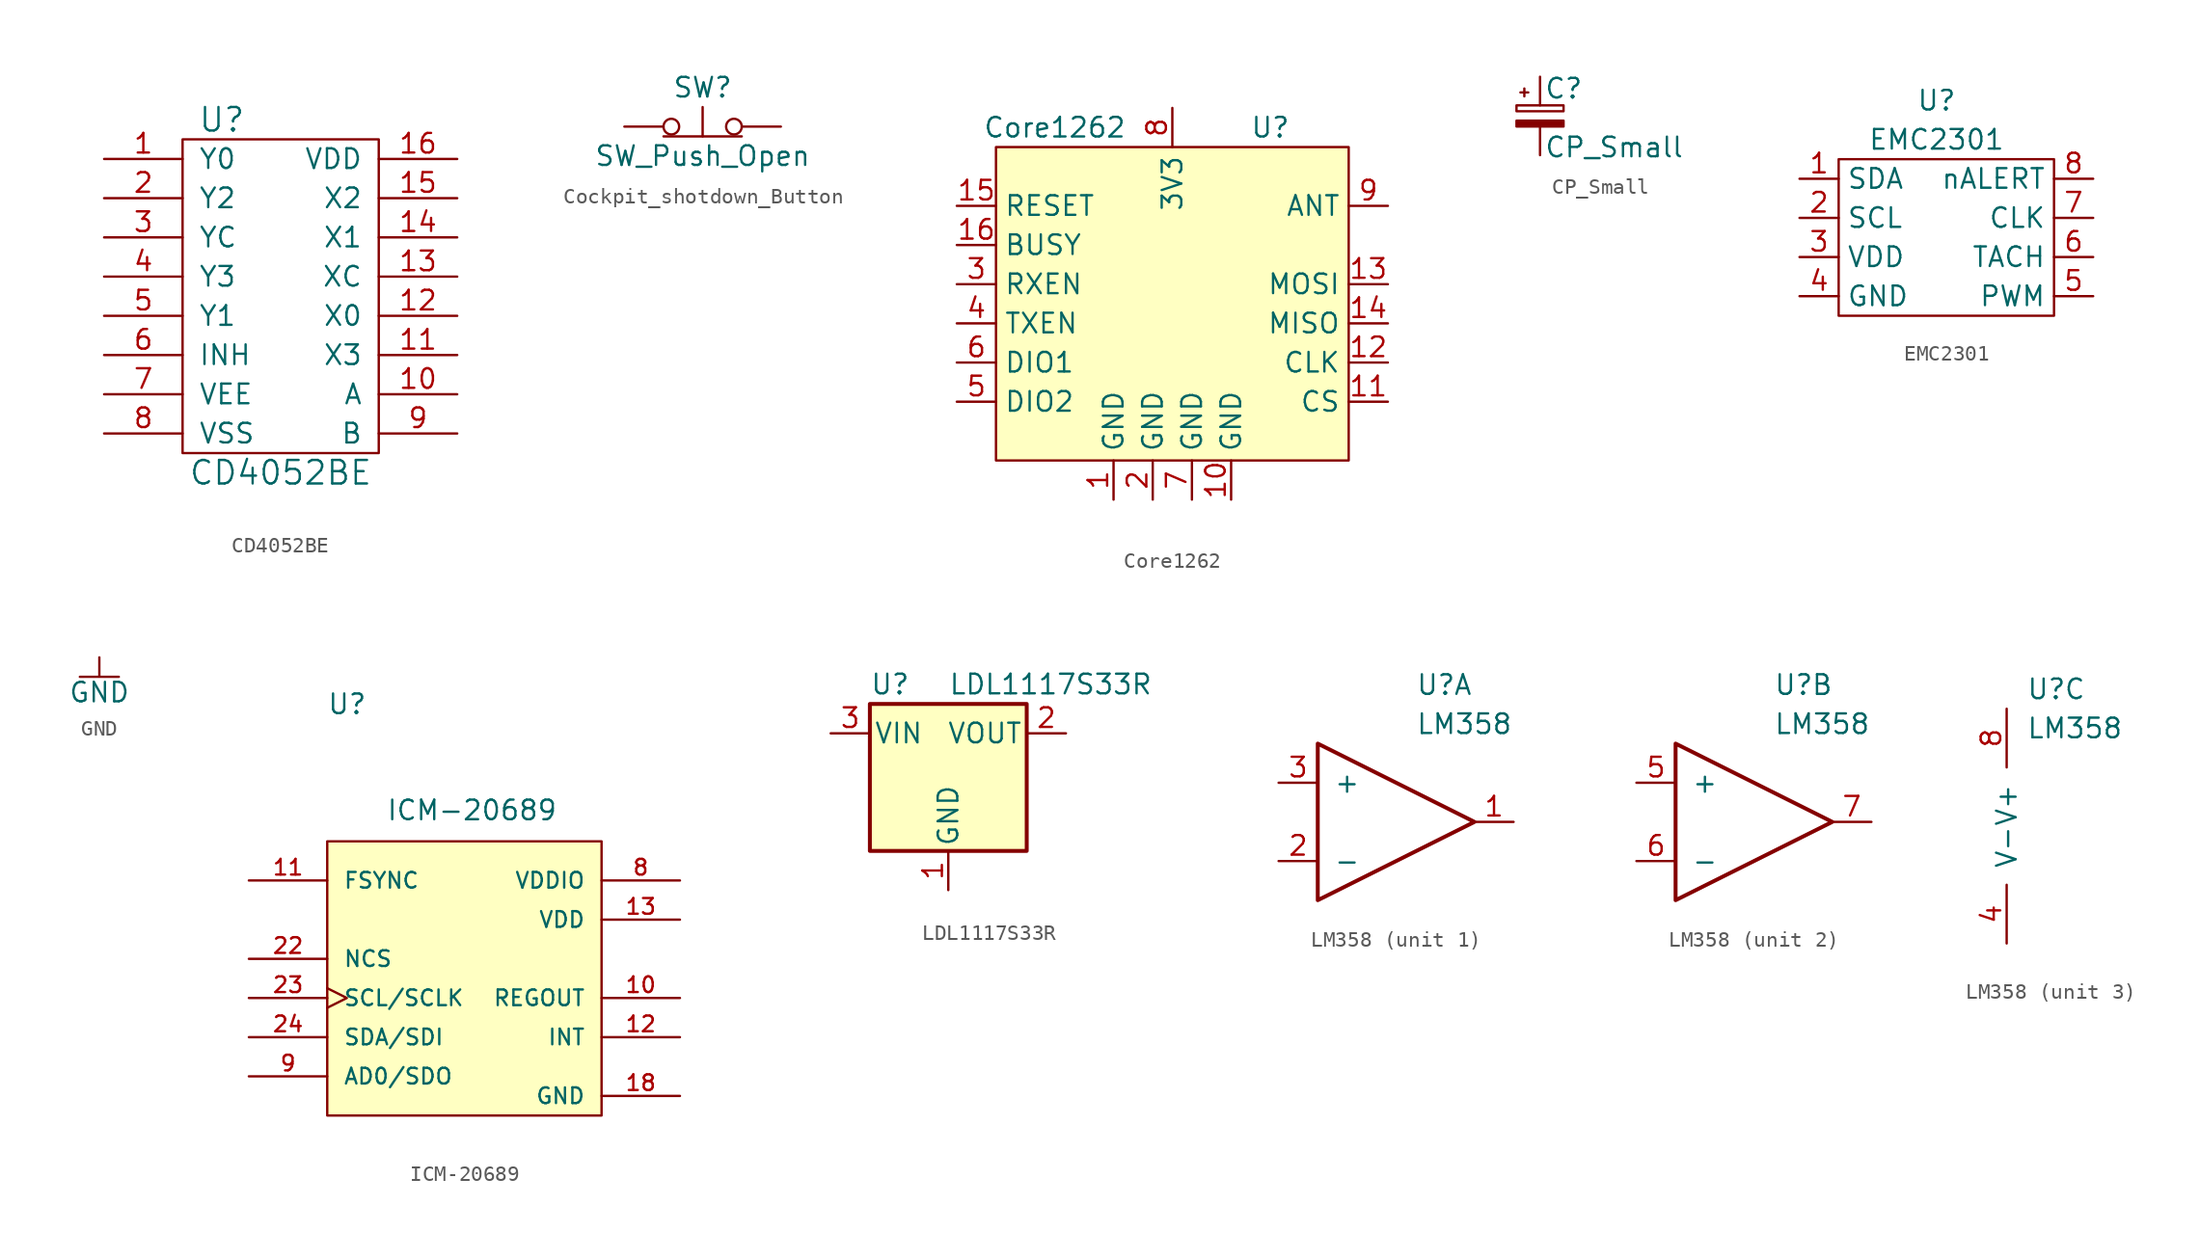
<source format=kicad_sym>
(kicad_symbol_lib
  (version 20231120)
  (generator "kicad_symbol_editor")
  (generator_version "8.0")
  (symbol "CD4052BE"
    (pin_names
      (offset 1.016))
    (property "Reference" "U"
      (at -3.81 11.43 0)
      (effects (font (size 1.524 1.524))))
    (property "Value" "CD4052BE"
      (at 0 -11.43 0)
      (effects (font (size 1.524 1.524))))
    (symbol "CD4052BE_0_1"
      (rectangle (start -6.35 -10.16) (end 6.35 10.16) (stroke (width 0) (type default)) (fill (type none))))
    (symbol "CD4052BE_1_1"
      (pin bidirectional line (at -11.43 8.89 0) (length 5.08) (name "Y0" (effects (font (size 1.27 1.27)))) (number "1" (effects (font (size 1.27 1.27)))))
      (pin input line (at 11.43 -6.35 180) (length 5.08) (name "A" (effects (font (size 1.27 1.27)))) (number "10" (effects (font (size 1.27 1.27)))))
      (pin bidirectional line (at 11.43 -3.81 180) (length 5.08) (name "X3" (effects (font (size 1.27 1.27)))) (number "11" (effects (font (size 1.27 1.27)))))
      (pin bidirectional line (at 11.43 -1.27 180) (length 5.08) (name "X0" (effects (font (size 1.27 1.27)))) (number "12" (effects (font (size 1.27 1.27)))))
      (pin bidirectional line (at 11.43 1.27 180) (length 5.08) (name "XC" (effects (font (size 1.27 1.27)))) (number "13" (effects (font (size 1.27 1.27)))))
      (pin bidirectional line (at 11.43 3.81 180) (length 5.08) (name "X1" (effects (font (size 1.27 1.27)))) (number "14" (effects (font (size 1.27 1.27)))))
      (pin bidirectional line (at 11.43 6.35 180) (length 5.08) (name "X2" (effects (font (size 1.27 1.27)))) (number "15" (effects (font (size 1.27 1.27)))))
      (pin power_in line (at 11.43 8.89 180) (length 5.08) (name "VDD" (effects (font (size 1.27 1.27)))) (number "16" (effects (font (size 1.27 1.27)))))
      (pin bidirectional line (at -11.43 6.35 0) (length 5.08) (name "Y2" (effects (font (size 1.27 1.27)))) (number "2" (effects (font (size 1.27 1.27)))))
      (pin bidirectional line (at -11.43 3.81 0) (length 5.08) (name "YC" (effects (font (size 1.27 1.27)))) (number "3" (effects (font (size 1.27 1.27)))))
      (pin bidirectional line (at -11.43 1.27 0) (length 5.08) (name "Y3" (effects (font (size 1.27 1.27)))) (number "4" (effects (font (size 1.27 1.27)))))
      (pin bidirectional line (at -11.43 -1.27 0) (length 5.08) (name "Y1" (effects (font (size 1.27 1.27)))) (number "5" (effects (font (size 1.27 1.27)))))
      (pin input line (at -11.43 -3.81 0) (length 5.08) (name "INH" (effects (font (size 1.27 1.27)))) (number "6" (effects (font (size 1.27 1.27)))))
      (pin power_in line (at -11.43 -6.35 0) (length 5.08) (name "VEE" (effects (font (size 1.27 1.27)))) (number "7" (effects (font (size 1.27 1.27)))))
      (pin power_in line (at -11.43 -8.89 0) (length 5.08) (name "VSS" (effects (font (size 1.27 1.27)))) (number "8" (effects (font (size 1.27 1.27)))))
      (pin input line (at 11.43 -8.89 180) (length 5.08) (name "B" (effects (font (size 1.27 1.27)))) (number "9" (effects (font (size 1.27 1.27)))))))
  (symbol "Cockpit_shotdown_Button"
    (pin_numbers hide)
    (pin_names
      (offset 1.016) hide)
    (property "Reference" "SW"
      (at 0 2.54 0)
      (effects (font (size 1.27 1.27))))
    (property "Value" "SW_Push_Open"
      (at 0 -1.905 0)
      (effects (font (size 1.27 1.27))))
    (symbol "Cockpit_shotdown_Button_0_1"
      (circle (center -2.032 0) (radius 0.508) (stroke (width 0) (type default)) (fill (type none)))
      (polyline (pts (xy -2.54 -0.635) (xy 2.54 -0.635)) (stroke (width 0) (type default)) (fill (type none)))
      (polyline (pts (xy 0 -0.635) (xy 0 1.27)) (stroke (width 0) (type default)) (fill (type none)))
      (circle (center 2.032 0) (radius 0.508) (stroke (width 0) (type default)) (fill (type none)))
      (pin passive line (at -5.08 0 0) (length 2.54) (name "A" (effects (font (size 1.27 1.27)))) (number "1" (effects (font (size 1.27 1.27))))))
    (symbol "Cockpit_shotdown_Button_1_1"
      (pin passive line (at 5.08 0 180) (length 2.54) (name "B" (effects (font (size 1.27 1.27)))) (number "2" (effects (font (size 1.27 1.27)))))))
  (symbol "Core1262"
    (property "Reference" "U"
      (at 6.35 11.43 0)
      (effects (font (size 1.27 1.27))))
    (property "Value" "Core1262"
      (at -7.62 11.43 0)
      (effects (font (size 1.27 1.27))))
    (symbol "Core1262_1_1"
      (rectangle (start -11.43 10.16) (end 11.43 -10.16) (stroke (width 0) (type default)) (fill (type background)))
      (pin input line (at -3.81 -12.7 90) (length 2.54) (name "GND" (effects (font (size 1.27 1.27)))) (number "1" (effects (font (size 1.27 1.27)))))
      (pin input line (at 3.81 -12.7 90) (length 2.54) (name "GND" (effects (font (size 1.27 1.27)))) (number "10" (effects (font (size 1.27 1.27)))))
      (pin input line (at 13.97 -6.35 180) (length 2.54) (name "CS" (effects (font (size 1.27 1.27)))) (number "11" (effects (font (size 1.27 1.27)))))
      (pin input line (at 13.97 -3.81 180) (length 2.54) (name "CLK" (effects (font (size 1.27 1.27)))) (number "12" (effects (font (size 1.27 1.27)))))
      (pin input line (at 13.97 1.27 180) (length 2.54) (name "MOSI" (effects (font (size 1.27 1.27)))) (number "13" (effects (font (size 1.27 1.27)))))
      (pin input line (at 13.97 -1.27 180) (length 2.54) (name "MISO" (effects (font (size 1.27 1.27)))) (number "14" (effects (font (size 1.27 1.27)))))
      (pin input line (at -13.97 6.35 0) (length 2.54) (name "RESET" (effects (font (size 1.27 1.27)))) (number "15" (effects (font (size 1.27 1.27)))))
      (pin input line (at -13.97 3.81 0) (length 2.54) (name "BUSY" (effects (font (size 1.27 1.27)))) (number "16" (effects (font (size 1.27 1.27)))))
      (pin input line (at -1.27 -12.7 90) (length 2.54) (name "GND" (effects (font (size 1.27 1.27)))) (number "2" (effects (font (size 1.27 1.27)))))
      (pin input line (at -13.97 1.27 0) (length 2.54) (name "RXEN" (effects (font (size 1.27 1.27)))) (number "3" (effects (font (size 1.27 1.27)))))
      (pin input line (at -13.97 -1.27 0) (length 2.54) (name "TXEN" (effects (font (size 1.27 1.27)))) (number "4" (effects (font (size 1.27 1.27)))))
      (pin input line (at -13.97 -6.35 0) (length 2.54) (name "DIO2" (effects (font (size 1.27 1.27)))) (number "5" (effects (font (size 1.27 1.27)))))
      (pin input line (at -13.97 -3.81 0) (length 2.54) (name "DIO1" (effects (font (size 1.27 1.27)))) (number "6" (effects (font (size 1.27 1.27)))))
      (pin input line (at 1.27 -12.7 90) (length 2.54) (name "GND" (effects (font (size 1.27 1.27)))) (number "7" (effects (font (size 1.27 1.27)))))
      (pin input line (at 0 12.7 270) (length 2.54) (name "3V3" (effects (font (size 1.27 1.27)))) (number "8" (effects (font (size 1.27 1.27)))))
      (pin input line (at 13.97 6.35 180) (length 2.54) (name "ANT" (effects (font (size 1.27 1.27)))) (number "9" (effects (font (size 1.27 1.27)))))))
  (symbol "CP_Small"
    (pin_numbers hide)
    (pin_names
      (offset 0.254) hide)
    (property "Reference" "C"
      (at 0.254 1.778 0)
      (effects (font (size 1.27 1.27)) (justify left)))
    (property "Value" "CP_Small"
      (at 0.254 -2.032 0)
      (effects (font (size 1.27 1.27)) (justify left)))
    (symbol "CP_Small_0_1"
      (rectangle (start -1.524 -0.305) (end 1.524 -0.686) (stroke (width 0) (type default)) (fill (type outline)))
      (rectangle (start -1.524 0.686) (end 1.524 0.305) (stroke (width 0) (type default)) (fill (type none)))
      (polyline (pts (xy -1.27 1.524) (xy -0.762 1.524)) (stroke (width 0) (type default)) (fill (type none)))
      (polyline (pts (xy -1.016 1.27) (xy -1.016 1.778)) (stroke (width 0) (type default)) (fill (type none))))
    (symbol "CP_Small_1_1"
      (pin passive line (at 0 2.54 270) (length 1.854) (name "~" (effects (font (size 1.27 1.27)))) (number "1" (effects (font (size 1.27 1.27)))))
      (pin passive line (at 0 -2.54 90) (length 1.854) (name "~" (effects (font (size 1.27 1.27)))) (number "2" (effects (font (size 1.27 1.27)))))))
  (symbol "EMC2301"
    (property "Reference" "U"
      (at 0 8.89 0)
      (effects (font (size 1.27 1.27))))
    (property "Value" "EMC2301"
      (at 0 6.35 0)
      (effects (font (size 1.27 1.27))))
    (symbol "EMC2301_0_1"
      (rectangle (start -6.35 5.08) (end 7.62 -5.08) (stroke (width 0) (type default)) (fill (type none))))
    (symbol "EMC2301_1_1"
      (pin bidirectional line (at -8.89 3.81 0) (length 2.54) (name "SDA" (effects (font (size 1.27 1.27)))) (number "1" (effects (font (size 1.27 1.27)))))
      (pin input line (at -8.89 1.27 0) (length 2.54) (name "SCL" (effects (font (size 1.27 1.27)))) (number "2" (effects (font (size 1.27 1.27)))))
      (pin power_in line (at -8.89 -1.27 0) (length 2.54) (name "VDD" (effects (font (size 1.27 1.27)))) (number "3" (effects (font (size 1.27 1.27)))))
      (pin power_in line (at -8.89 -3.81 0) (length 2.54) (name "GND" (effects (font (size 1.27 1.27)))) (number "4" (effects (font (size 1.27 1.27)))))
      (pin output line (at 10.16 -3.81 180) (length 2.54) (name "PWM" (effects (font (size 1.27 1.27)))) (number "5" (effects (font (size 1.27 1.27)))))
      (pin input line (at 10.16 -1.27 180) (length 2.54) (name "TACH" (effects (font (size 1.27 1.27)))) (number "6" (effects (font (size 1.27 1.27)))))
      (pin input line (at 10.16 1.27 180) (length 2.54) (name "CLK" (effects (font (size 1.27 1.27)))) (number "7" (effects (font (size 1.27 1.27)))))
      (pin output line (at 10.16 3.81 180) (length 2.54) (name "nALERT" (effects (font (size 1.27 1.27)))) (number "8" (effects (font (size 1.27 1.27)))))))
  (symbol "GND"
    (power)
    (pin_names
      (offset 0))
    (property "Reference" "#PWR"
      (at 0 -6.35 0)
      (effects (font (size 1.27 1.27)) (hide yes)))
    (property "Value" "GND"
      (at 0 -2.286 0)
      (effects (font (size 1.27 1.27))))
    (symbol "GND_0_1"
      (polyline (pts (xy 0 0) (xy 0 -1.27) (xy -1.27 -1.27) (xy 1.27 -1.27) (xy 0 -1.27)) (stroke (width 0) (type default)) (fill (type none))))
    (symbol "GND_1_1"
      (pin power_in line (at 0 0 270) (length 0) hide (name "GND" (effects (font (size 1.27 1.27)))) (number "1" (effects (font (size 1.27 1.27)))))))
  (symbol "ICM-20689"
    (pin_names
      (offset 1.016))
    (property "Reference" "U"
      (at -15.265 15.773 0)
      (effects (font (size 1.27 1.27)) (justify left bottom)))
    (property "Value" "ICM-20689"
      (at -11.43 8.89 0)
      (effects (font (size 1.27 1.27)) (justify left bottom)))
    (symbol "ICM-20689_0_0"
      (rectangle (start -15.24 -10.16) (end 2.54 7.62) (stroke (width 0.152) (type default)) (fill (type background)))
      (pin output line (at 7.62 -2.54 180) (length 5.08) (name "REGOUT" (effects (font (size 1.016 1.016)))) (number "10" (effects (font (size 1.016 1.016)))))
      (pin input line (at -20.32 5.08 0) (length 5.08) (name "FSYNC" (effects (font (size 1.016 1.016)))) (number "11" (effects (font (size 1.016 1.016)))))
      (pin output line (at 7.62 -5.08 180) (length 5.08) (name "INT" (effects (font (size 1.016 1.016)))) (number "12" (effects (font (size 1.016 1.016)))))
      (pin power_in line (at 7.62 2.54 180) (length 5.08) (name "VDD" (effects (font (size 1.016 1.016)))) (number "13" (effects (font (size 1.016 1.016)))))
      (pin power_in line (at 7.62 -8.89 180) (length 5.08) (name "GND" (effects (font (size 1.016 1.016)))) (number "18" (effects (font (size 1.016 1.016)))))
      (pin input line (at -20.32 0 0) (length 5.08) (name "NCS" (effects (font (size 1.016 1.016)))) (number "22" (effects (font (size 1.016 1.016)))))
      (pin input clock (at -20.32 -2.54 0) (length 5.08) (name "SCL/SCLK" (effects (font (size 1.016 1.016)))) (number "23" (effects (font (size 1.016 1.016)))))
      (pin bidirectional line (at -20.32 -5.08 0) (length 5.08) (name "SDA/SDI" (effects (font (size 1.016 1.016)))) (number "24" (effects (font (size 1.016 1.016)))))
      (pin power_in line (at 7.62 5.08 180) (length 5.08) (name "VDDIO" (effects (font (size 1.016 1.016)))) (number "8" (effects (font (size 1.016 1.016)))))
      (pin bidirectional line (at -20.32 -7.62 0) (length 5.08) (name "AD0/SDO" (effects (font (size 1.016 1.016)))) (number "9" (effects (font (size 1.016 1.016)))))))
  (symbol "LDL1117S33R"
    (pin_names
      (offset 0.254))
    (property "Reference" "U"
      (at -5.08 5.715 0)
      (effects (font (size 1.27 1.27)) (justify left)))
    (property "Value" "LDL1117S33R"
      (at 0 5.715 0)
      (effects (font (size 1.27 1.27)) (justify left)))
    (symbol "LDL1117S33R_0_1"
      (rectangle (start -5.08 4.445) (end 5.08 -5.08) (stroke (width 0.254) (type default)) (fill (type background))))
    (symbol "LDL1117S33R_1_1"
      (pin power_in line (at 0 -7.62 90) (length 2.54) (name "GND" (effects (font (size 1.27 1.27)))) (number "1" (effects (font (size 1.27 1.27)))))
      (pin power_out line (at 7.62 2.54 180) (length 2.54) (name "VOUT" (effects (font (size 1.27 1.27)))) (number "2" (effects (font (size 1.27 1.27)))))
      (pin power_in line (at -7.62 2.54 0) (length 2.54) (name "VIN" (effects (font (size 1.27 1.27)))) (number "3" (effects (font (size 1.27 1.27)))))))
  (symbol "LM358"
    (pin_names
      (offset 1.016))
    (property "Reference" "U"
      (at 1.27 8.89 0)
      (effects (font (size 1.27 1.27)) (justify left)))
    (property "Value" "LM358"
      (at 1.27 6.35 0)
      (effects (font (size 1.27 1.27)) (justify left)))
    (symbol "LM358_1_1"
      (polyline (pts (xy -5.08 5.08) (xy 5.08 0) (xy -5.08 -5.08) (xy -5.08 5.08)) (stroke (width 0.254) (type default)) (fill (type none)))
      (pin output line (at 7.62 0 180) (length 2.54) (name "~" (effects (font (size 1.27 1.27)))) (number "1" (effects (font (size 1.27 1.27)))))
      (pin input line (at -7.62 -2.54 0) (length 2.54) (name "-" (effects (font (size 1.27 1.27)))) (number "2" (effects (font (size 1.27 1.27)))))
      (pin input line (at -7.62 2.54 0) (length 2.54) (name "+" (effects (font (size 1.27 1.27)))) (number "3" (effects (font (size 1.27 1.27))))))
    (symbol "LM358_2_1"
      (polyline (pts (xy -5.08 5.08) (xy 5.08 0) (xy -5.08 -5.08) (xy -5.08 5.08)) (stroke (width 0.254) (type default)) (fill (type none)))
      (pin input line (at -7.62 2.54 0) (length 2.54) (name "+" (effects (font (size 1.27 1.27)))) (number "5" (effects (font (size 1.27 1.27)))))
      (pin input line (at -7.62 -2.54 0) (length 2.54) (name "-" (effects (font (size 1.27 1.27)))) (number "6" (effects (font (size 1.27 1.27)))))
      (pin output line (at 7.62 0 180) (length 2.54) (name "~" (effects (font (size 1.27 1.27)))) (number "7" (effects (font (size 1.27 1.27))))))
    (symbol "LM358_3_1"
      (pin power_in line (at 0 -7.62 90) (length 3.81) (name "V-" (effects (font (size 1.27 1.27)))) (number "4" (effects (font (size 1.27 1.27)))))
      (pin power_in line (at 0 7.62 270) (length 3.81) (name "V+" (effects (font (size 1.27 1.27)))) (number "8" (effects (font (size 1.27 1.27))))))))
</source>
